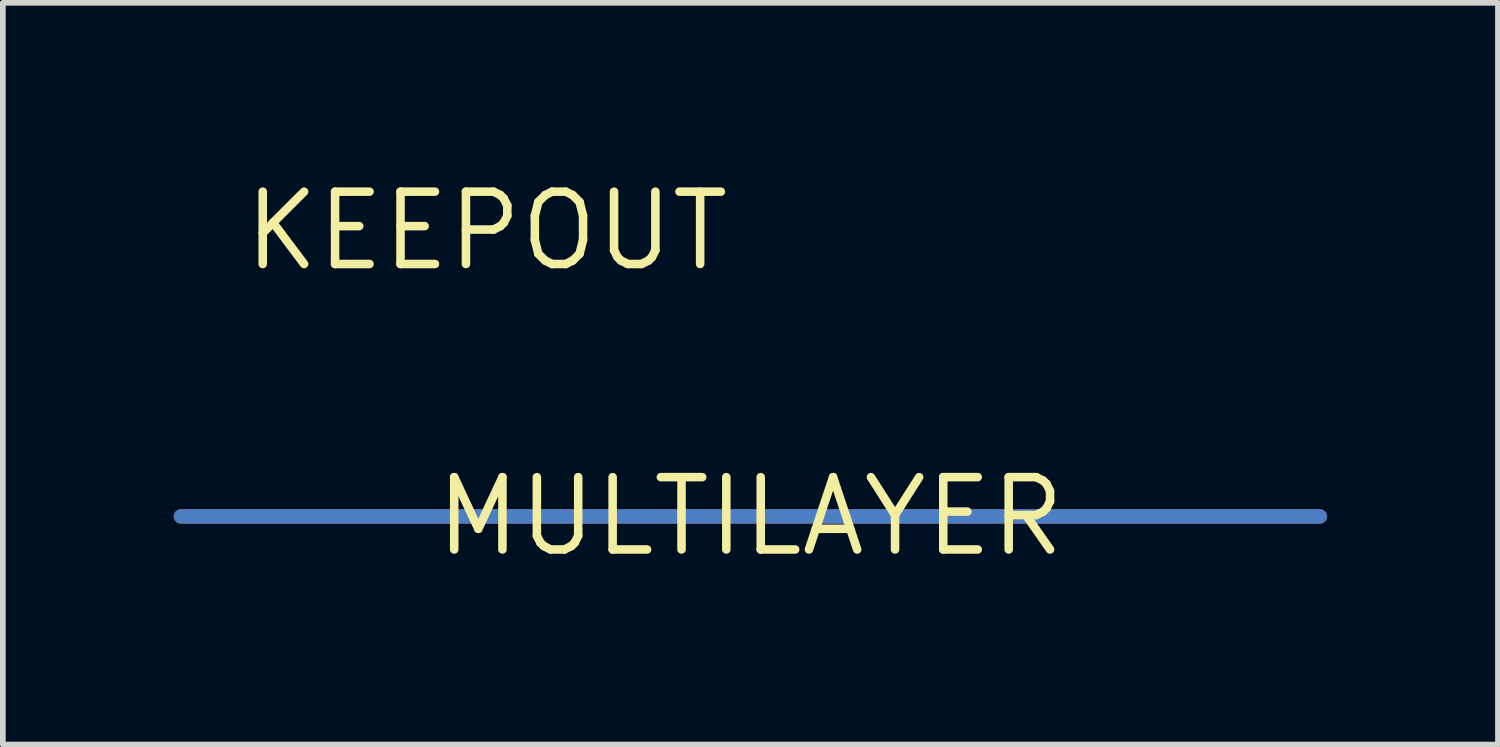
<source format=kicad_pcb>
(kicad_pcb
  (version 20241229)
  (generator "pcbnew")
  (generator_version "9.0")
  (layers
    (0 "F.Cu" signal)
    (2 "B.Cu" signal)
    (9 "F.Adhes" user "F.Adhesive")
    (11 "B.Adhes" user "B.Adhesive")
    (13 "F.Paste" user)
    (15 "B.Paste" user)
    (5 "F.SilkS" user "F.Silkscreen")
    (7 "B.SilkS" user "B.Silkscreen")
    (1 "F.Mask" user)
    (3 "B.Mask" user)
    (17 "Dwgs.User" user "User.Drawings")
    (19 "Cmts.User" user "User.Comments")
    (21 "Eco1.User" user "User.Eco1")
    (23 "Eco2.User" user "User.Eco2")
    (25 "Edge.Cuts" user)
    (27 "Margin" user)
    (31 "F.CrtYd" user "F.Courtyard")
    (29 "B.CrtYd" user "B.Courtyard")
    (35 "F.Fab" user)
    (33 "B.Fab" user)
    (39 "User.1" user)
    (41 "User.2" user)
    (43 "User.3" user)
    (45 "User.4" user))
  (footprint "KEEPOUT"
    (layer "F.Cu")
    (at 5.495 1.006)
    (property "Reference" "KEEPOUT" (at 0 0 0) (layer "F.SilkS") (effects (font (size 1.27 1.27) (thickness 0.15))))
    (zone (net_name "") (layer "F.Cu") (hatch edge 0.508) (connect_pads) (min_thickness 0.254) (filled_areas_thickness no) (keepout (tracks allowed) (vias allowed) (pads allowed) (copperpour not_allowed) (footprints allowed)) (placement (enabled no)) (fill) (polygon (pts (xy 10.636 0.526) (xy 10.765 0.586) (xy 10.873 0.679) (xy 10.95 0.798) (xy 10.99 0.935) (xy 10.99 1.077) (xy 10.95 1.214) (xy 10.873 1.334) (xy 10.765 1.427) (xy 10.636 1.486) (xy 10.495 1.506) (xy 0.495 1.506) (xy 0.354 1.486) (xy 0.225 1.427) (xy 0.117 1.334) (xy 0.04 1.214) (xy 0 1.077) (xy 0 0.935) (xy 0.04 0.798) (xy 0.117 0.679) (xy 0.225 0.586) (xy 0.354 0.526) (xy 0.495 0.506) (xy 10.495 0.506)))))
  (footprint "MULTILAYER"
    (layer "F.Cu")
    (at 10.127 6.019)
    (property "Reference" "MULTILAYER" (at 0 0 0) (layer "F.SilkS") (effects (font (size 1.27 1.27) (thickness 0.15))))
    (fp_line (start -10 0) (end 10 0) (stroke (width 0.254) (type solid)) (layer "F.Cu"))
    (fp_line (start -10 0) (end 10 0) (stroke (width 0.254) (type solid)) (layer "B.Cu"))
    (fp_line (start -10 0) (end 10 0) (stroke (width 0.254) (type solid)) (layer "In1.Cu"))
    (fp_line (start -10 0) (end 10 0) (stroke (width 0.254) (type solid)) (layer "In2.Cu"))
    (fp_line (start -10 0) (end 10 0) (stroke (width 0.254) (type solid)) (layer "In3.Cu"))
    (fp_line (start -10 0) (end 10 0) (stroke (width 0.254) (type solid)) (layer "In4.Cu"))
    (fp_line (start -10 0) (end 10 0) (stroke (width 0.254) (type solid)) (layer "In5.Cu"))
    (fp_line (start -10 0) (end 10 0) (stroke (width 0.254) (type solid)) (layer "In6.Cu"))
    (fp_line (start -10 0) (end 10 0) (stroke (width 0.254) (type solid)) (layer "In7.Cu"))
    (fp_line (start -10 0) (end 10 0) (stroke (width 0.254) (type solid)) (layer "In8.Cu"))
    (fp_line (start -10 0) (end 10 0) (stroke (width 0.254) (type solid)) (layer "In9.Cu"))
    (fp_line (start -10 0) (end 10 0) (stroke (width 0.254) (type solid)) (layer "In10.Cu"))
    (fp_line (start -10 0) (end 10 0) (stroke (width 0.254) (type solid)) (layer "In11.Cu"))
    (fp_line (start -10 0) (end 10 0) (stroke (width 0.254) (type solid)) (layer "In12.Cu"))
    (fp_line (start -10 0) (end 10 0) (stroke (width 0.254) (type solid)) (layer "In13.Cu"))
    (fp_line (start -10 0) (end 10 0) (stroke (width 0.254) (type solid)) (layer "In14.Cu"))
    (fp_line (start -10 0) (end 10 0) (stroke (width 0.254) (type solid)) (layer "In15.Cu"))
    (fp_line (start -10 0) (end 10 0) (stroke (width 0.254) (type solid)) (layer "In16.Cu"))
    (fp_line (start -10 0) (end 10 0) (stroke (width 0.254) (type solid)) (layer "In17.Cu"))
    (fp_line (start -10 0) (end 10 0) (stroke (width 0.254) (type solid)) (layer "In18.Cu"))
    (fp_line (start -10 0) (end 10 0) (stroke (width 0.254) (type solid)) (layer "In19.Cu"))
    (fp_line (start -10 0) (end 10 0) (stroke (width 0.254) (type solid)) (layer "In20.Cu"))
    (fp_line (start -10 0) (end 10 0) (stroke (width 0.254) (type solid)) (layer "In21.Cu"))
    (fp_line (start -10 0) (end 10 0) (stroke (width 0.254) (type solid)) (layer "In22.Cu"))
    (fp_line (start -10 0) (end 10 0) (stroke (width 0.254) (type solid)) (layer "In23.Cu"))
    (fp_line (start -10 0) (end 10 0) (stroke (width 0.254) (type solid)) (layer "In24.Cu"))
    (fp_line (start -10 0) (end 10 0) (stroke (width 0.254) (type solid)) (layer "In25.Cu"))
    (fp_line (start -10 0) (end 10 0) (stroke (width 0.254) (type solid)) (layer "In26.Cu"))
    (fp_line (start -10 0) (end 10 0) (stroke (width 0.254) (type solid)) (layer "In27.Cu"))
    (fp_line (start -10 0) (end 10 0) (stroke (width 0.254) (type solid)) (layer "In28.Cu"))
    (fp_line (start -10 0) (end 10 0) (stroke (width 0.254) (type solid)) (layer "In29.Cu"))
    (fp_line (start -10 0) (end 10 0) (stroke (width 0.254) (type solid)) (layer "In30.Cu")))
  (gr_rect
    (start -3 -3)
    (end 23.254 10.025)
    (stroke (width 0.1) (type default))
    (fill no)
    (layer "Edge.Cuts")))
</source>
